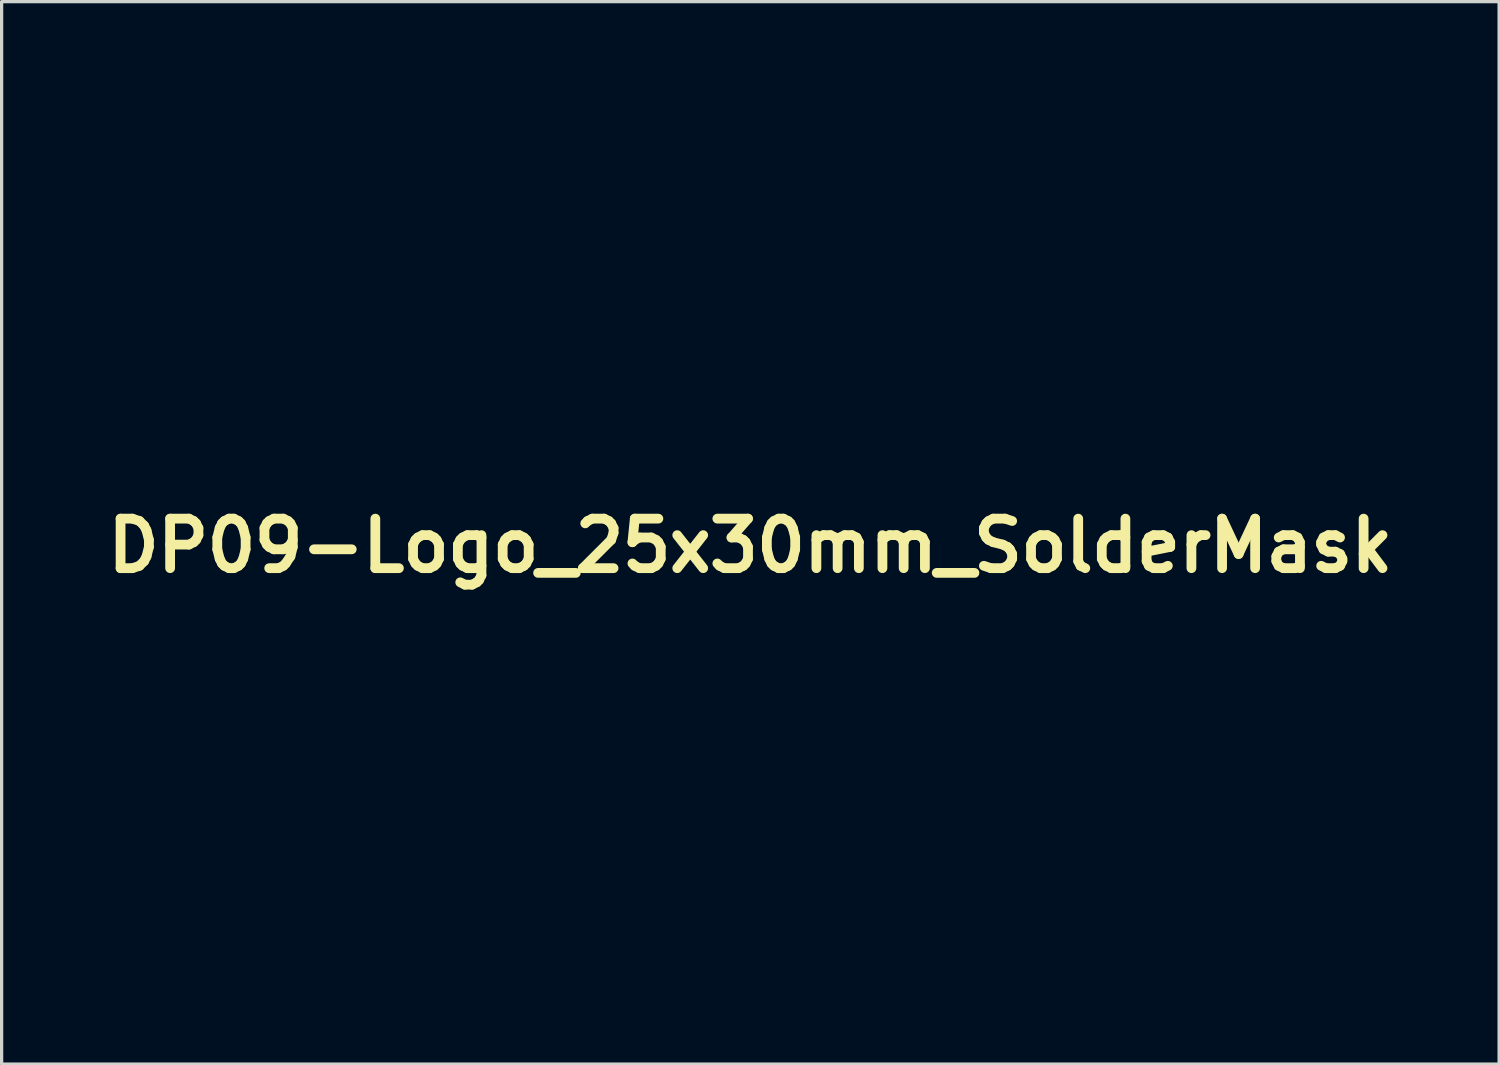
<source format=kicad_pcb>
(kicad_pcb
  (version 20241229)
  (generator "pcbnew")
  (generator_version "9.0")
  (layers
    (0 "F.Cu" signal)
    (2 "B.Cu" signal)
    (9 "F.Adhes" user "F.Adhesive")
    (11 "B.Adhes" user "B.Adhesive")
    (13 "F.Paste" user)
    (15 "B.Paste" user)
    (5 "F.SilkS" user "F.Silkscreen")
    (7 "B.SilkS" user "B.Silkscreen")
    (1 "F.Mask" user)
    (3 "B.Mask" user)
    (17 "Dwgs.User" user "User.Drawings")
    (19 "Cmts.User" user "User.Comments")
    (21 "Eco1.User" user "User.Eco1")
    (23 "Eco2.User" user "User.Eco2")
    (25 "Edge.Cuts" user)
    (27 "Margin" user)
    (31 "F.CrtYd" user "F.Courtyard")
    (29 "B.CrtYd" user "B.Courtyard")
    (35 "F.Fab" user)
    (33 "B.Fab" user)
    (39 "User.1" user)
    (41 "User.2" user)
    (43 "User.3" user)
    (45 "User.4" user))
  (footprint "DP09-Logo_25x30mm_SolderMask"
    (layer "F.Cu")
    (at 20.037 13.742)
    (property "Reference" "DP09-Logo_25x30mm_SolderMask" (at 0 0 0) (layer "F.SilkS") (effects (font (size 1.524 1.524) (thickness 0.3))))
    (attr through_hole)
    (fp_poly (pts (xy 0.593 6.477) (xy 0.55 6.519) (xy 0.508 6.477) (xy 0.55 6.435) (xy 0.593 6.477)) (stroke (width 0.01) (type solid)) (fill yes) (layer "F.Mask"))
    (fp_poly (pts (xy -2.773 6.294) (xy -2.762 6.325) (xy -2.879 6.337) (xy -2.999 6.323) (xy -2.985 6.294) (xy -2.811 6.283) (xy -2.773 6.294)) (stroke (width 0.01) (type solid)) (fill yes) (layer "F.Mask"))
    (fp_poly (pts (xy 0.318 6.461) (xy 0.344 6.486) (xy 0.227 6.499) (xy 0.169 6.5) (xy 0.015 6.491) (xy -0.003 6.469) (xy 0.021 6.461) (xy 0.236 6.448) (xy 0.318 6.461)) (stroke (width 0.01) (type solid)) (fill yes) (layer "F.Mask"))
    (fp_poly (pts (xy 5.449 9.736) (xy 5.378 9.949) (xy 5.269 10.216) (xy 5.237 10.287) (xy 5.157 10.442) (xy 5.125 10.467) (xy 5.135 10.414) (xy 5.206 10.202) (xy 5.314 9.935) (xy 5.346 9.864) (xy 5.426 9.708) (xy 5.458 9.683) (xy 5.449 9.736)) (stroke (width 0.01) (type solid)) (fill yes) (layer "F.Mask"))
    (fp_poly (pts (xy 5.039 10.786) (xy 4.969 10.995) (xy 4.857 11.293) (xy 4.749 11.568) (xy 4.612 11.899) (xy 4.501 12.152) (xy 4.428 12.299) (xy 4.407 12.321) (xy 4.433 12.21) (xy 4.507 11.994) (xy 4.611 11.714) (xy 4.732 11.409) (xy 4.852 11.116) (xy 4.957 10.876) (xy 5.031 10.728) (xy 5.055 10.7) (xy 5.039 10.786)) (stroke (width 0.01) (type solid)) (fill yes) (layer "F.Mask"))
    (fp_poly (pts (xy -9.777 2.327) (xy -9.764 2.332) (xy -9.666 2.387) (xy -9.721 2.419) (xy -9.8 2.434) (xy -9.949 2.487) (xy -9.991 2.54) (xy -9.919 2.607) (xy -9.8 2.64) (xy -9.681 2.682) (xy -9.618 2.793) (xy -9.587 3.021) (xy -9.584 3.069) (xy -9.574 3.311) (xy -9.602 3.429) (xy -9.692 3.468) (xy -9.81 3.471) (xy -10.04 3.488) (xy -10.196 3.523) (xy -10.351 3.493) (xy -10.572 3.311) (xy -10.627 3.252) (xy -10.812 3.018) (xy -10.854 2.872) (xy -10.838 2.845) (xy -10.77 2.699) (xy -10.753 2.56) (xy -10.722 2.422) (xy -10.659 2.419) (xy -10.525 2.431) (xy -10.307 2.39) (xy -10.242 2.37) (xy -9.978 2.314) (xy -9.777 2.327)) (stroke (width 0.01) (type solid)) (fill yes) (layer "F.Mask"))
    (fp_poly (pts (xy 1.869 -13.677) (xy 3.04 -13.494) (xy 4.121 -13.179) (xy 5.128 -12.728) (xy 6.076 -12.133) (xy 6.981 -11.389) (xy 7.317 -11.066) (xy 7.575 -10.805) (xy 7.754 -10.621) (xy 7.841 -10.525) (xy 7.824 -10.532) (xy 7.79 -10.562) (xy 7.587 -10.725) (xy 7.416 -10.823) (xy 7.362 -10.837) (xy 7.355 -10.788) (xy 7.458 -10.662) (xy 7.632 -10.499) (xy 7.948 -10.173) (xy 8.288 -9.73) (xy 8.623 -9.214) (xy 8.924 -8.667) (xy 9.146 -8.179) (xy 9.264 -7.872) (xy 9.353 -7.622) (xy 9.396 -7.474) (xy 9.398 -7.458) (xy 9.458 -7.37) (xy 9.483 -7.366) (xy 9.547 -7.395) (xy 9.555 -7.497) (xy 9.499 -7.693) (xy 9.377 -8.006) (xy 9.27 -8.254) (xy 9.106 -8.637) (xy 9.013 -8.868) (xy 8.993 -8.949) (xy 9.044 -8.881) (xy 9.167 -8.665) (xy 9.253 -8.507) (xy 9.425 -8.201) (xy 9.594 -7.918) (xy 9.705 -7.745) (xy 9.834 -7.532) (xy 9.95 -7.267) (xy 10.063 -6.919) (xy 10.184 -6.457) (xy 10.284 -6.03) (xy 10.461 -5.245) (xy 10.922 -4.968) (xy 11.221 -4.771) (xy 11.436 -4.57) (xy 11.583 -4.335) (xy 11.676 -4.031) (xy 11.728 -3.626) (xy 11.754 -3.087) (xy 11.756 -3.046) (xy 11.75 -2.442) (xy 11.706 -1.69) (xy 11.626 -0.805) (xy 11.511 0.197) (xy 11.365 1.3) (xy 11.188 2.488) (xy 10.984 3.745) (xy 10.753 5.055) (xy 10.534 6.223) (xy 10.453 6.634) (xy 10.389 6.911) (xy 10.325 7.083) (xy 10.245 7.182) (xy 10.132 7.238) (xy 9.969 7.283) (xy 9.964 7.284) (xy 9.711 7.351) (xy 9.511 7.405) (xy 9.474 7.415) (xy 9.371 7.523) (xy 9.261 7.777) (xy 9.186 8.024) (xy 9.076 8.387) (xy 8.944 8.747) (xy 8.844 8.976) (xy 8.515 9.521) (xy 8.059 10.105) (xy 7.507 10.699) (xy 6.885 11.275) (xy 6.223 11.801) (xy 5.898 12.029) (xy 5.286 12.357) (xy 4.545 12.619) (xy 3.706 12.804) (xy 3.279 12.863) (xy 2.99 12.885) (xy 2.578 12.905) (xy 2.073 12.92) (xy 1.508 12.932) (xy 0.911 12.939) (xy 0.316 12.942) (xy -0.248 12.941) (xy -0.75 12.935) (xy -1.159 12.923) (xy -1.443 12.907) (xy -1.524 12.898) (xy -1.715 12.861) (xy -2.005 12.799) (xy -2.181 12.759) (xy 2.161 12.759) (xy 2.245 12.769) (xy 2.453 12.773) (xy 2.498 12.774) (xy 2.882 12.764) (xy 3.309 12.732) (xy 3.537 12.704) (xy 3.834 12.661) (xy 4.068 12.614) (xy 4.256 12.544) (xy 4.413 12.433) (xy 4.557 12.26) (xy 4.702 12.007) (xy 4.865 11.655) (xy 5.063 11.184) (xy 5.295 10.616) (xy 5.58 9.929) (xy 5.817 9.391) (xy 6.009 8.994) (xy 6.161 8.728) (xy 6.269 8.59) (xy 6.412 8.426) (xy 6.471 8.302) (xy 6.467 8.281) (xy 6.469 8.231) (xy 6.519 8.231) (xy 6.547 8.291) (xy 6.652 8.262) (xy 6.84 8.154) (xy 7.126 7.944) (xy 7.492 7.625) (xy 7.916 7.219) (xy 8.105 7.027) (xy 8.309 6.793) (xy 8.528 6.504) (xy 8.74 6.193) (xy 8.926 5.893) (xy 9.066 5.633) (xy 9.14 5.448) (xy 9.135 5.371) (xy 9.064 5.417) (xy 8.951 5.585) (xy 8.82 5.839) (xy 8.805 5.872) (xy 8.664 6.159) (xy 8.539 6.373) (xy 8.445 6.495) (xy 8.397 6.508) (xy 8.409 6.393) (xy 8.424 6.339) (xy 8.519 6.106) (xy 8.608 5.943) (xy 8.693 5.707) (xy 8.703 5.52) (xy 8.679 5.424) (xy 8.64 5.455) (xy 8.576 5.626) (xy 8.522 5.8) (xy 8.405 6.132) (xy 8.264 6.448) (xy 8.173 6.61) (xy 7.962 6.892) (xy 7.679 7.213) (xy 7.367 7.532) (xy 7.067 7.805) (xy 6.821 7.991) (xy 6.795 8.007) (xy 6.616 8.125) (xy 6.523 8.218) (xy 6.519 8.231) (xy 6.469 8.231) (xy 6.472 8.159) (xy 6.508 8.099) (xy 6.574 7.933) (xy 6.582 7.807) (xy 6.55 7.696) (xy 6.461 7.663) (xy 6.285 7.709) (xy 5.999 7.84) (xy 5.905 7.887) (xy 5.712 7.968) (xy 5.6 7.986) (xy 5.588 7.972) (xy 5.606 7.868) (xy 5.656 7.628) (xy 5.732 7.279) (xy 5.828 6.848) (xy 5.923 6.425) (xy 6.098 5.644) (xy 6.197 5.173) (xy 8.364 5.173) (xy 8.368 5.29) (xy 8.371 5.294) (xy 8.435 5.309) (xy 8.497 5.209) (xy 8.537 5.068) (xy 8.805 5.068) (xy 8.874 5.156) (xy 9.026 5.238) (xy 9.18 5.277) (xy 9.242 5.261) (xy 9.283 5.158) (xy 9.344 4.931) (xy 9.412 4.625) (xy 9.431 4.53) (xy 9.511 4.074) (xy 9.892 4.074) (xy 9.898 4.391) (xy 9.902 4.487) (xy 9.936 4.851) (xy 9.998 5.051) (xy 10.091 5.091) (xy 10.22 4.976) (xy 10.28 4.889) (xy 10.37 4.696) (xy 10.486 4.367) (xy 10.619 3.933) (xy 10.762 3.422) (xy 10.909 2.867) (xy 11.05 2.296) (xy 11.179 1.74) (xy 11.288 1.229) (xy 11.37 0.794) (xy 11.417 0.465) (xy 11.424 0.313) (xy 11.415 0.184) (xy 11.383 0.218) (xy 11.351 0.296) (xy 11.304 0.455) (xy 11.24 0.73) (xy 11.169 1.07) (xy 11.147 1.185) (xy 11.046 1.649) (xy 10.912 2.163) (xy 10.758 2.688) (xy 10.595 3.185) (xy 10.437 3.615) (xy 10.295 3.941) (xy 10.227 4.064) (xy 10.036 4.36) (xy 9.984 3.979) (xy 9.949 3.792) (xy 9.92 3.757) (xy 9.9 3.856) (xy 9.892 4.074) (xy 9.511 4.074) (xy 9.528 3.98) (xy 9.631 3.275) (xy 9.739 2.431) (xy 9.746 2.371) (xy 9.991 2.371) (xy 10.022 2.44) (xy 10.047 2.427) (xy 10.057 2.327) (xy 10.047 2.314) (xy 9.997 2.326) (xy 9.991 2.371) (xy 9.746 2.371) (xy 9.851 1.46) (xy 9.924 0.762) (xy 9.954 0.388) (xy 9.959 0.312) (xy 10.204 0.312) (xy 10.207 0.576) (xy 10.209 0.589) (xy 10.271 0.92) (xy 10.321 1.092) (xy 10.364 1.116) (xy 10.408 0.999) (xy 10.42 0.945) (xy 10.488 0.723) (xy 10.57 0.572) (xy 10.574 0.568) (xy 10.663 0.376) (xy 10.611 0.168) (xy 10.532 0.077) (xy 10.387 0.03) (xy 10.271 0.119) (xy 10.204 0.312) (xy 9.959 0.312) (xy 9.98 -0.087) (xy 10 -0.638) (xy 10.015 -1.239) (xy 10.018 -1.425) (xy 10.246 -1.425) (xy 10.261 -1.03) (xy 10.309 -0.792) (xy 10.387 -0.713) (xy 10.424 -0.726) (xy 10.535 -0.711) (xy 10.705 -0.611) (xy 10.724 -0.597) (xy 10.909 -0.475) (xy 10.989 -0.479) (xy 10.958 -0.607) (xy 10.93 -0.663) (xy 10.883 -0.852) (xy 10.879 -1.116) (xy 10.887 -1.2) (xy 10.896 -1.479) (xy 10.834 -1.762) (xy 10.718 -2.053) (xy 10.594 -2.306) (xy 10.487 -2.482) (xy 10.426 -2.54) (xy 10.361 -2.461) (xy 10.306 -2.244) (xy 10.266 -1.923) (xy 10.247 -1.53) (xy 10.246 -1.425) (xy 10.018 -1.425) (xy 10.026 -1.867) (xy 10.031 -2.497) (xy 10.03 -2.851) (xy 10.442 -2.851) (xy 10.466 -2.764) (xy 10.584 -2.597) (xy 10.769 -2.39) (xy 10.988 -2.15) (xy 11.166 -1.93) (xy 11.255 -1.798) (xy 11.299 -1.628) (xy 11.332 -1.349) (xy 11.35 -1.014) (xy 11.354 -0.674) (xy 11.341 -0.382) (xy 11.31 -0.19) (xy 11.296 -0.159) (xy 11.297 -0.094) (xy 11.355 -0.102) (xy 11.419 -0.178) (xy 11.463 -0.371) (xy 11.49 -0.702) (xy 11.497 -0.873) (xy 11.499 -1.305) (xy 11.47 -1.607) (xy 11.405 -1.815) (xy 11.392 -1.839) (xy 11.259 -2.041) (xy 11.075 -2.273) (xy 10.87 -2.504) (xy 10.675 -2.699) (xy 10.522 -2.825) (xy 10.442 -2.851) (xy 10.03 -2.851) (xy 10.03 -3.103) (xy 10.025 -3.662) (xy 10.013 -4.149) (xy 9.997 -4.539) (xy 9.974 -4.807) (xy 9.948 -4.926) (xy 9.921 -4.898) (xy 9.899 -4.713) (xy 9.882 -4.368) (xy 9.871 -3.859) (xy 9.865 -3.186) (xy 9.864 -2.598) (xy 9.857 -1.485) (xy 9.834 -0.516) (xy 9.793 0.336) (xy 9.73 1.097) (xy 9.643 1.793) (xy 9.527 2.449) (xy 9.381 3.092) (xy 9.2 3.748) (xy 9.056 4.213) (xy 8.949 4.556) (xy 8.864 4.839) (xy 8.814 5.022) (xy 8.805 5.068) (xy 8.537 5.068) (xy 8.561 4.98) (xy 8.63 4.608) (xy 8.688 4.231) (xy 8.727 3.92) (xy 8.76 3.563) (xy 8.787 3.142) (xy 8.808 2.638) (xy 8.825 2.032) (xy 8.835 1.497) (xy 9.086 1.497) (xy 9.123 1.524) (xy 9.167 1.446) (xy 9.213 1.24) (xy 9.252 0.946) (xy 9.259 0.868) (xy 9.276 0.607) (xy 9.295 0.206) (xy 9.315 -0.303) (xy 9.335 -0.892) (xy 9.354 -1.531) (xy 9.37 -2.167) (xy 9.385 -2.89) (xy 9.393 -3.461) (xy 9.394 -3.896) (xy 9.388 -4.212) (xy 9.373 -4.425) (xy 9.35 -4.553) (xy 9.318 -4.611) (xy 9.314 -4.614) (xy 9.242 -4.627) (xy 9.247 -4.511) (xy 9.256 -4.474) (xy 9.267 -4.336) (xy 9.272 -4.057) (xy 9.272 -3.659) (xy 9.266 -3.169) (xy 9.257 -2.61) (xy 9.243 -2.009) (xy 9.227 -1.389) (xy 9.209 -0.775) (xy 9.189 -0.193) (xy 9.169 0.333) (xy 9.148 0.778) (xy 9.127 1.117) (xy 9.108 1.326) (xy 9.098 1.376) (xy 9.086 1.497) (xy 8.835 1.497) (xy 8.839 1.307) (xy 8.849 0.442) (xy 8.854 -0.169) (xy 8.862 -1.098) (xy 8.872 -1.875) (xy 8.885 -2.516) (xy 8.902 -3.038) (xy 8.922 -3.459) (xy 8.947 -3.795) (xy 8.977 -4.064) (xy 9.012 -4.276) (xy 9.083 -4.645) (xy 9.124 -4.88) (xy 9.136 -5.01) (xy 9.123 -5.066) (xy 9.085 -5.08) (xy 9.07 -5.08) (xy 9.027 -5.002) (xy 8.97 -4.791) (xy 8.907 -4.481) (xy 8.858 -4.196) (xy 8.817 -3.889) (xy 8.784 -3.541) (xy 8.759 -3.131) (xy 8.741 -2.638) (xy 8.729 -2.04) (xy 8.723 -1.316) (xy 8.721 -0.468) (xy 8.718 0.508) (xy 8.707 1.339) (xy 8.688 2.054) (xy 8.659 2.676) (xy 8.618 3.233) (xy 8.564 3.75) (xy 8.495 4.252) (xy 8.433 4.637) (xy 8.388 4.94) (xy 8.364 5.173) (xy 6.197 5.173) (xy 6.238 4.978) (xy 6.352 4.378) (xy 6.449 3.795) (xy 6.536 3.181) (xy 6.621 2.486) (xy 6.685 1.919) (xy 6.81 0.64) (xy 6.888 -0.512) (xy 6.918 -1.571) (xy 6.9 -2.573) (xy 6.835 -3.553) (xy 6.721 -4.544) (xy 6.674 -4.868) (xy 6.504 -5.691) (xy 6.245 -6.525) (xy 5.915 -7.326) (xy 5.533 -8.051) (xy 5.116 -8.658) (xy 5.047 -8.742) (xy 4.767 -9.042) (xy 4.53 -9.239) (xy 4.353 -9.324) (xy 4.252 -9.287) (xy 4.233 -9.201) (xy 4.275 -9.091) (xy 4.39 -8.866) (xy 4.562 -8.558) (xy 4.774 -8.196) (xy 4.835 -8.094) (xy 5.186 -7.485) (xy 5.469 -6.917) (xy 5.691 -6.363) (xy 5.857 -5.794) (xy 5.974 -5.184) (xy 6.046 -4.504) (xy 6.08 -3.727) (xy 6.081 -2.827) (xy 6.069 -2.244) (xy 6.004 -0.724) (xy 5.886 0.802) (xy 5.709 2.366) (xy 5.47 4.003) (xy 5.165 5.747) (xy 5.027 6.465) (xy 4.921 7.014) (xy 4.829 7.506) (xy 4.756 7.918) (xy 4.706 8.224) (xy 4.683 8.402) (xy 4.684 8.438) (xy 4.774 8.425) (xy 4.983 8.358) (xy 5.275 8.251) (xy 5.451 8.181) (xy 5.767 8.06) (xy 6.014 7.976) (xy 6.158 7.94) (xy 6.181 7.945) (xy 6.123 8.053) (xy 5.987 8.211) (xy 5.826 8.364) (xy 5.694 8.458) (xy 5.664 8.467) (xy 5.547 8.514) (xy 5.36 8.634) (xy 5.287 8.687) (xy 5.185 8.778) (xy 5.089 8.897) (xy 4.994 9.063) (xy 4.891 9.293) (xy 4.774 9.607) (xy 4.636 10.023) (xy 4.468 10.558) (xy 4.264 11.232) (xy 4.184 11.502) (xy 4.046 11.925) (xy 3.924 12.208) (xy 3.805 12.378) (xy 3.748 12.425) (xy 3.576 12.494) (xy 3.286 12.569) (xy 2.93 12.637) (xy 2.768 12.661) (xy 2.412 12.71) (xy 2.214 12.741) (xy 2.161 12.759) (xy -2.181 12.759) (xy -2.302 12.732) (xy -2.868 12.6) (xy -2.978 12.487) (xy -2.201 12.487) (xy -2.147 12.531) (xy -2.041 12.496) (xy -1.988 12.444) (xy -1.879 12.353) (xy -1.685 12.248) (xy -1.666 12.239) (xy -1.523 12.162) (xy -1.505 12.118) (xy -1.524 12.115) (xy -1.659 12.149) (xy -1.853 12.238) (xy -2.046 12.349) (xy -2.177 12.448) (xy -2.201 12.487) (xy -2.978 12.487) (xy -3.564 11.888) (xy -2.534 11.888) (xy -2.515 11.914) (xy -2.501 11.933) (xy -2.402 11.959) (xy -2.169 11.973) (xy -1.833 11.977) (xy -1.428 11.971) (xy -0.988 11.957) (xy -0.546 11.935) (xy -0.136 11.907) (xy 0.209 11.874) (xy 0.381 11.85) (xy 0.46 11.826) (xy 0.374 11.81) (xy 0.126 11.802) (xy -0.278 11.802) (xy -0.834 11.809) (xy -0.847 11.81) (xy -1.429 11.82) (xy -1.863 11.829) (xy -2.169 11.836) (xy -2.368 11.844) (xy -2.481 11.854) (xy -2.53 11.868) (xy -2.534 11.888) (xy -3.564 11.888) (xy -4.039 11.401) (xy -4.92 10.485) (xy -5.689 9.655) (xy -6.342 8.915) (xy -6.877 8.27) (xy -7.289 7.723) (xy -7.575 7.279) (xy -7.635 7.168) (xy -7.716 6.957) (xy -7.813 6.624) (xy -7.833 6.54) (xy -3.894 6.54) (xy -3.872 6.72) (xy -3.81 7.025) (xy -3.717 7.416) (xy -3.603 7.855) (xy -3.562 8.001) (xy -3.418 8.525) (xy -3.268 9.086) (xy -3.128 9.619) (xy -3.017 10.058) (xy -3.012 10.075) (xy -2.878 10.617) (xy -2.776 11.015) (xy -2.699 11.29) (xy -2.641 11.465) (xy -2.595 11.56) (xy -2.555 11.596) (xy -2.537 11.599) (xy -2.471 11.528) (xy -2.455 11.423) (xy -2.474 11.295) (xy -2.526 11.027) (xy -2.607 10.641) (xy -2.711 10.161) (xy -2.834 9.611) (xy -2.927 9.203) (xy -1.691 9.203) (xy -1.671 9.349) (xy -1.609 9.398) (xy -1.545 9.326) (xy -1.524 9.186) (xy -1.524 8.975) (xy -0.367 8.975) (xy 0.049 8.972) (xy 0.393 8.964) (xy 0.635 8.953) (xy 0.746 8.939) (xy 0.749 8.934) (xy 0.654 8.915) (xy 0.423 8.893) (xy 0.089 8.87) (xy -0.315 8.849) (xy -0.375 8.847) (xy -0.9 8.831) (xy -1.269 8.837) (xy -1.495 8.864) (xy -1.576 8.898) (xy -1.658 9.03) (xy -1.691 9.203) (xy -2.927 9.203) (xy -2.963 9.045) (xy -3.099 8.455) (xy -3.22 7.915) (xy -3.324 7.449) (xy -3.403 7.08) (xy -3.454 6.83) (xy -3.471 6.724) (xy -3.43 6.658) (xy -3.289 6.62) (xy -3.018 6.605) (xy -2.879 6.604) (xy -2.548 6.59) (xy -2.343 6.55) (xy -2.276 6.491) (xy -2.362 6.419) (xy -2.392 6.406) (xy -2.374 6.382) (xy -2.222 6.364) (xy -2.016 6.357) (xy -1.725 6.369) (xy -1.528 6.411) (xy -1.473 6.448) (xy -1.479 6.508) (xy -1.623 6.503) (xy -1.68 6.492) (xy -1.868 6.477) (xy -1.947 6.518) (xy -1.947 6.521) (xy -1.947 6.554) (xy -1.929 6.579) (xy -1.871 6.596) (xy -1.75 6.608) (xy -1.542 6.616) (xy -1.224 6.622) (xy -0.774 6.628) (xy -0.445 6.632) (xy 0.029 6.637) (xy 0.358 6.636) (xy 0.571 6.625) (xy 0.691 6.601) (xy 0.746 6.559) (xy 0.761 6.496) (xy 0.762 6.456) (xy 0.751 6.359) (xy 0.695 6.302) (xy 0.558 6.274) (xy 0.305 6.266) (xy 0.127 6.265) (xy -0.177 6.258) (xy -0.401 6.237) (xy -0.505 6.208) (xy -0.508 6.202) (xy -0.585 6.165) (xy -0.782 6.138) (xy -1.053 6.122) (xy -1.348 6.118) (xy -1.621 6.126) (xy -1.823 6.147) (xy -1.903 6.178) (xy -2.018 6.216) (xy -2.153 6.183) (xy -2.319 6.14) (xy -2.396 6.149) (xy -2.504 6.168) (xy -2.691 6.144) (xy -2.887 6.094) (xy -3.024 6.033) (xy -3.048 6) (xy -2.979 5.958) (xy -2.857 5.968) (xy -2.636 5.979) (xy -2.413 5.942) (xy -2.3 5.904) (xy -2.3 5.898) (xy -1.99 5.898) (xy -1.693 5.955) (xy -1.41 5.995) (xy -1.057 6.027) (xy -0.695 6.047) (xy -0.387 6.052) (xy -0.212 6.04) (xy -0.025 6.024) (xy 0.245 6.014) (xy 0.36 6.012) (xy 0.619 5.997) (xy 0.741 5.945) (xy 0.762 5.884) (xy 0.738 5.832) (xy 0.651 5.797) (xy 0.475 5.776) (xy 0.185 5.767) (xy -0.244 5.766) (xy -0.36 5.767) (xy -0.802 5.776) (xy -1.205 5.791) (xy -1.525 5.812) (xy -1.722 5.835) (xy -1.736 5.838) (xy -1.99 5.898) (xy -2.3 5.898) (xy -2.301 5.875) (xy -2.434 5.849) (xy -2.717 5.819) (xy -2.733 5.817) (xy -3.102 5.802) (xy -3.415 5.826) (xy -3.634 5.884) (xy -3.725 5.968) (xy -3.725 5.977) (xy -3.653 6.004) (xy -3.484 5.995) (xy -3.315 5.988) (xy -3.271 6.051) (xy -3.282 6.112) (xy -3.374 6.228) (xy -3.589 6.265) (xy -3.608 6.265) (xy -3.803 6.28) (xy -3.881 6.358) (xy -3.894 6.54) (xy -7.833 6.54) (xy -7.914 6.215) (xy -8.007 5.775) (xy -8.008 5.769) (xy -8.089 5.348) (xy -8.162 4.974) (xy -8.219 4.687) (xy -8.253 4.524) (xy -8.255 4.517) (xy -8.349 4.368) (xy -8.542 4.199) (xy -8.657 4.123) (xy -8.848 4.009) (xy -8.999 3.901) (xy -9.118 3.779) (xy -9.213 3.619) (xy -9.293 3.4) (xy -9.366 3.1) (xy -9.44 2.697) (xy -9.523 2.168) (xy -9.613 1.56) (xy -9.696 0.986) (xy -9.768 0.461) (xy -9.825 0.011) (xy -9.865 -0.34) (xy -9.885 -0.566) (xy -9.885 -0.634) (xy -9.86 -0.653) (xy -9.82 -0.541) (xy -9.773 -0.336) (xy -9.726 -0.077) (xy -9.686 0.201) (xy -9.659 0.458) (xy -9.652 0.616) (xy -9.631 0.832) (xy -9.578 0.965) (xy -9.567 0.974) (xy -9.506 0.946) (xy -9.486 0.772) (xy -9.508 0.471) (xy -9.571 0.062) (xy -9.573 0.049) (xy -9.613 -0.24) (xy -9.62 -0.477) (xy -9.603 -0.58) (xy -9.563 -0.773) (xy -9.562 -0.931) (xy -9.6 -1.104) (xy -9.661 -1.225) (xy -9.718 -1.256) (xy -9.743 -1.181) (xy -9.765 -1.127) (xy -9.807 -1.193) (xy -9.854 -1.334) (xy -9.889 -1.506) (xy -9.897 -1.609) (xy -9.891 -1.748) (xy -9.852 -1.732) (xy -9.815 -1.672) (xy -9.706 -1.545) (xy -9.627 -1.531) (xy -9.622 -1.625) (xy -9.652 -1.693) (xy -9.705 -1.829) (xy -9.647 -1.852) (xy -9.477 -1.775) (xy -9.373 -1.679) (xy -9.324 -1.503) (xy -9.313 -1.262) (xy -9.299 -1.008) (xy -9.258 -0.89) (xy -9.229 -0.889) (xy -9.175 -0.999) (xy -9.142 -1.212) (xy -9.138 -1.296) (xy -9.124 -1.499) (xy -9.095 -1.558) (xy -9.06 -1.494) (xy -9.024 -1.333) (xy -8.996 -1.095) (xy -8.981 -0.806) (xy -8.981 -0.78) (xy -8.967 -0.45) (xy -8.934 0.002) (xy -8.887 0.53) (xy -8.83 1.088) (xy -8.769 1.631) (xy -8.708 2.113) (xy -8.651 2.487) (xy -8.634 2.582) (xy -8.58 2.882) (xy -8.542 3.15) (xy -8.532 3.239) (xy -8.5 3.408) (xy -8.453 3.471) (xy -8.353 3.402) (xy -8.348 3.202) (xy -8.387 3.039) (xy -8.423 2.861) (xy -8.471 2.542) (xy -8.529 2.11) (xy -8.593 1.594) (xy -8.659 1.021) (xy -8.724 0.42) (xy -8.785 -0.182) (xy -8.838 -0.757) (xy -8.849 -0.879) (xy -8.897 -1.437) (xy -7.959 -1.437) (xy -7.884 -1.373) (xy -7.695 -1.292) (xy -7.443 -1.209) (xy -7.178 -1.141) (xy -6.952 -1.104) (xy -6.893 -1.101) (xy -6.788 -1.083) (xy -6.723 -1.004) (xy -6.68 -0.827) (xy -6.648 -0.572) (xy -6.582 -0.004) (xy -6.5 0.629) (xy -6.408 1.293) (xy -6.311 1.952) (xy -6.214 2.571) (xy -6.123 3.115) (xy -6.042 3.549) (xy -5.999 3.752) (xy -5.912 4.155) (xy -5.878 4.413) (xy -5.897 4.545) (xy -5.972 4.568) (xy -6.082 4.516) (xy -6.256 4.445) (xy -6.512 4.378) (xy -6.605 4.36) (xy -6.829 4.329) (xy -6.916 4.34) (xy -6.894 4.401) (xy -6.881 4.417) (xy -6.84 4.494) (xy -6.916 4.516) (xy -7.074 4.503) (xy -7.298 4.487) (xy -7.375 4.505) (xy -7.324 4.553) (xy -7.162 4.624) (xy -6.907 4.713) (xy -6.576 4.815) (xy -6.188 4.924) (xy -5.761 5.034) (xy -5.311 5.14) (xy -4.858 5.237) (xy -4.489 5.306) (xy -3.533 5.444) (xy -2.501 5.536) (xy -1.693 5.575) (xy -1.16 5.595) (xy -0.653 5.614) (xy -0.209 5.632) (xy 0.135 5.647) (xy 0.318 5.656) (xy 0.59 5.656) (xy 0.741 5.621) (xy 0.762 5.592) (xy 0.679 5.551) (xy 0.435 5.523) (xy 0.037 5.507) (xy -0.326 5.503) (xy -1.641 5.471) (xy -2.939 5.378) (xy -4.174 5.227) (xy -5.301 5.025) (xy -5.503 4.98) (xy -5.748 4.919) (xy -5.84 4.879) (xy -5.793 4.853) (xy -5.735 4.844) (xy -5.579 4.796) (xy -5.555 4.726) (xy -5.521 4.681) (xy -5.333 4.676) (xy -5.083 4.699) (xy -4.556 4.76) (xy -4.685 4.56) (xy -4.76 4.385) (xy -4.846 4.097) (xy -4.927 3.749) (xy -4.948 3.641) (xy -4.993 3.376) (xy -5.051 3.004) (xy -5.118 2.55) (xy -5.191 2.04) (xy -5.266 1.502) (xy -5.34 0.96) (xy -5.409 0.442) (xy -5.469 -0.027) (xy -5.518 -0.42) (xy -5.551 -0.711) (xy -5.565 -0.874) (xy -5.563 -0.9) (xy -5.476 -0.9) (xy -5.263 -0.884) (xy -4.968 -0.855) (xy -4.909 -0.848) (xy -4.504 -0.808) (xy -4.057 -0.773) (xy -3.6 -0.745) (xy -3.16 -0.725) (xy -2.767 -0.713) (xy -2.45 -0.711) (xy -2.237 -0.72) (xy -2.197 -0.731) (xy -1.306 -0.731) (xy -1.291 -0.723) (xy -1.131 -0.716) (xy -0.839 -0.712) (xy -0.508 -0.711) (xy -0.116 -0.713) (xy 0.154 -0.717) (xy 0.289 -0.724) (xy 0.277 -0.732) (xy 0.148 -0.74) (xy -0.296 -0.751) (xy -0.79 -0.75) (xy -1.164 -0.74) (xy -1.306 -0.731) (xy -2.197 -0.731) (xy -2.158 -0.741) (xy -2.161 -0.747) (xy -2.266 -0.776) (xy -2.515 -0.812) (xy -2.881 -0.855) (xy -3.338 -0.9) (xy -3.861 -0.945) (xy -4.064 -0.961) (xy -4.76 -1.02) (xy -5.399 -1.087) (xy -5.961 -1.158) (xy -6.423 -1.23) (xy -6.767 -1.301) (xy -6.97 -1.367) (xy -7.008 -1.392) (xy -6.98 -1.472) (xy -6.878 -1.663) (xy -6.72 -1.931) (xy -6.598 -2.13) (xy -6.318 -2.607) (xy -6.132 -2.997) (xy -6.026 -3.34) (xy -5.982 -3.679) (xy -5.981 -3.695) (xy -5.92 -3.947) (xy -5.808 -4.14) (xy -5.702 -4.267) (xy -5.726 -4.312) (xy -5.871 -4.318) (xy -6.051 -4.276) (xy -6.096 -4.192) (xy -6.161 -4.051) (xy -6.265 -3.96) (xy -6.4 -3.797) (xy -6.435 -3.657) (xy -6.502 -3.462) (xy -6.675 -3.259) (xy -6.688 -3.247) (xy -6.821 -3.107) (xy -7.009 -2.874) (xy -7.228 -2.582) (xy -7.455 -2.265) (xy -7.664 -1.956) (xy -7.833 -1.691) (xy -7.937 -1.503) (xy -7.959 -1.437) (xy -8.897 -1.437) (xy -8.907 -1.547) (xy -8.665 -1.492) (xy -8.506 -1.46) (xy -8.493 -1.486) (xy -8.589 -1.565) (xy -8.75 -1.666) (xy -8.843 -1.695) (xy -8.96 -1.731) (xy -9.179 -1.824) (xy -9.44 -1.947) (xy -9.809 -2.114) (xy -10.055 -2.187) (xy -10.195 -2.168) (xy -10.244 -2.058) (xy -10.245 -2.037) (xy -10.235 -1.893) (xy -10.207 -1.612) (xy -10.164 -1.226) (xy -10.112 -0.765) (xy -10.053 -0.26) (xy -9.991 0.258) (xy -9.929 0.757) (xy -9.872 1.207) (xy -9.824 1.577) (xy -9.787 1.834) (xy -9.771 1.926) (xy -9.749 2.119) (xy -9.799 2.195) (xy -9.848 2.201) (xy -9.997 2.154) (xy -10.033 2.117) (xy -10.152 2.046) (xy -10.252 2.032) (xy -10.354 2.008) (xy -10.437 1.924) (xy -10.502 1.763) (xy -10.555 1.507) (xy -10.597 1.138) (xy -10.633 0.638) (xy -10.665 -0.009) (xy -10.672 -0.158) (xy -10.696 -0.682) (xy -10.722 -1.146) (xy -10.748 -1.526) (xy -10.772 -1.795) (xy -10.792 -1.926) (xy -10.796 -1.934) (xy -10.875 -1.921) (xy -10.916 -1.872) (xy -10.983 -1.802) (xy -11.027 -1.874) (xy -11.102 -1.939) (xy -11.143 -1.919) (xy -11.169 -1.811) (xy -11.187 -1.563) (xy -11.197 -1.204) (xy -11.2 -0.761) (xy -11.196 -0.265) (xy -11.186 0.256) (xy -11.169 0.774) (xy -11.146 1.259) (xy -11.116 1.683) (xy -11.108 1.778) (xy -11.079 2.128) (xy -11.06 2.408) (xy -11.056 2.58) (xy -11.06 2.615) (xy -11.108 2.574) (xy -11.173 2.446) (xy -11.291 2.227) (xy -11.426 2.032) (xy -11.534 1.805) (xy -11.621 1.444) (xy -11.686 0.983) (xy -11.727 0.459) (xy -11.743 -0.096) (xy -11.732 -0.646) (xy -11.692 -1.156) (xy -11.623 -1.593) (xy -11.596 -1.703) (xy -11.496 -1.971) (xy -11.365 -2.202) (xy -11.358 -2.211) (xy -11.222 -2.439) (xy -11.149 -2.632) (xy -11.064 -2.816) (xy -10.903 -3.059) (xy -10.77 -3.224) (xy -10.558 -3.507) (xy -10.338 -3.861) (xy -10.187 -4.149) (xy -9.896 -4.705) (xy -9.521 -5.298) (xy -9.357 -5.528) (xy -6.282 -5.528) (xy -6.274 -5.187) (xy -6.228 -4.961) (xy -6.135 -4.824) (xy -5.986 -4.749) (xy -5.812 -4.716) (xy -5.521 -4.692) (xy -5.365 -4.718) (xy -5.315 -4.804) (xy -5.319 -4.872) (xy -5.336 -5.028) (xy -5.359 -5.305) (xy -5.382 -5.651) (xy -5.391 -5.8) (xy -5.388 -6.632) (xy -5.286 -7.443) (xy -5.095 -8.193) (xy -4.821 -8.844) (xy -4.684 -9.079) (xy -4.591 -9.267) (xy -4.615 -9.388) (xy -4.632 -9.407) (xy -4.738 -9.445) (xy -4.905 -9.374) (xy -4.999 -9.311) (xy -5.351 -8.967) (xy -5.659 -8.48) (xy -5.914 -7.872) (xy -6.107 -7.166) (xy -6.23 -6.383) (xy -6.261 -6.011) (xy -6.282 -5.528) (xy -9.357 -5.528) (xy -9.164 -5.8) (xy -9.068 -5.979) (xy -8.945 -6.281) (xy -8.812 -6.662) (xy -8.683 -7.083) (xy -8.681 -7.088) (xy -8.592 -7.36) (xy -7.983 -7.36) (xy -7.979 -7.288) (xy -7.961 -7.281) (xy -7.889 -7.352) (xy -7.778 -7.536) (xy -7.677 -7.738) (xy -7.254 -8.524) (xy -6.718 -9.301) (xy -6.116 -10.003) (xy -5.917 -10.201) (xy -5.913 -10.205) (xy 7.111 -10.205) (xy 7.156 -10.11) (xy 7.269 -9.964) (xy 7.367 -9.863) (xy 7.668 -9.517) (xy 7.978 -9.062) (xy 8.264 -8.553) (xy 8.492 -8.045) (xy 8.508 -8.001) (xy 8.647 -7.624) (xy 8.739 -7.382) (xy 8.795 -7.248) (xy 8.827 -7.2) (xy 8.846 -7.211) (xy 8.862 -7.253) (xy 8.85 -7.373) (xy 8.787 -7.605) (xy 8.683 -7.905) (xy 8.65 -7.992) (xy 8.489 -8.341) (xy 8.261 -8.754) (xy 7.993 -9.186) (xy 7.716 -9.592) (xy 7.457 -9.928) (xy 7.269 -10.128) (xy 7.145 -10.221) (xy 7.111 -10.205) (xy -5.913 -10.205) (xy -5.616 -10.497) (xy -5.409 -10.717) (xy -5.301 -10.854) (xy -5.296 -10.897) (xy -5.4 -10.84) (xy -5.617 -10.672) (xy -5.682 -10.618) (xy -6.302 -10.023) (xy -6.889 -9.315) (xy -7.4 -8.547) (xy -7.585 -8.213) (xy -7.792 -7.805) (xy -7.923 -7.527) (xy -7.983 -7.36) (xy -8.592 -7.36) (xy -8.365 -8.057) (xy -7.995 -8.898) (xy -7.548 -9.653) (xy -7.001 -10.361) (xy -6.336 -11.055) (xy -5.408 -11.858) (xy -4.448 -12.509) (xy -3.439 -13.015) (xy -2.365 -13.382) (xy -1.209 -13.617) (xy 0.046 -13.727) (xy 0.593 -13.737) (xy 1.869 -13.677)) (stroke (width 0.01) (type solid)) (fill yes) (layer "F.Mask")))
  (gr_rect
    (start -3 -3)
    (end 43.074 29.689)
    (stroke (width 0.1) (type default))
    (fill no)
    (layer "Edge.Cuts")))
</source>
